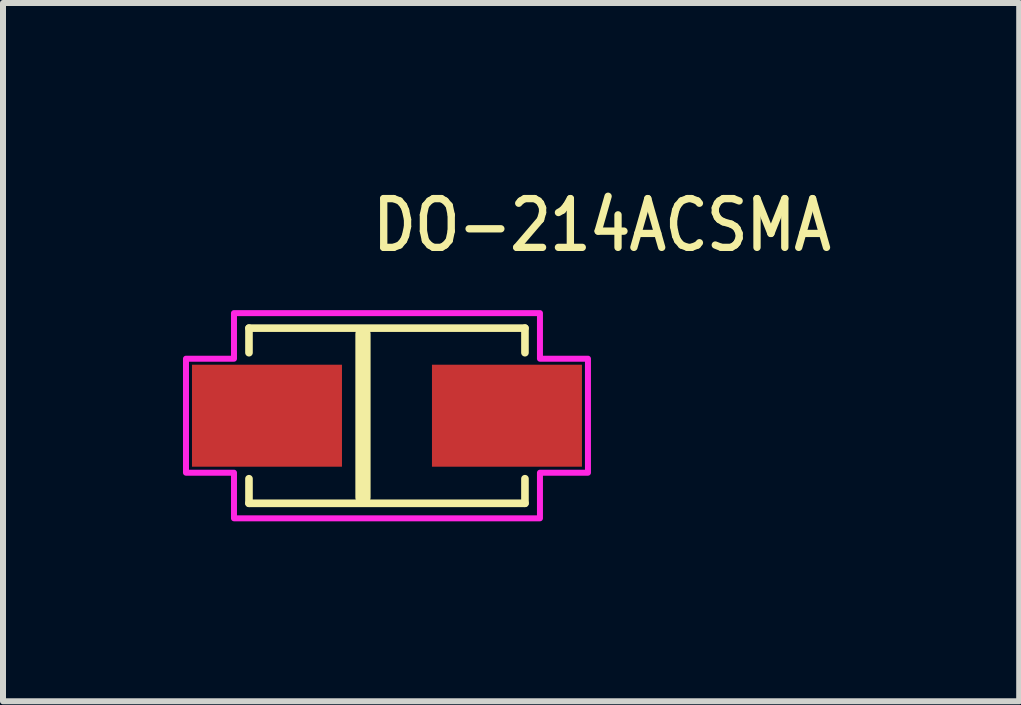
<source format=kicad_pcb>
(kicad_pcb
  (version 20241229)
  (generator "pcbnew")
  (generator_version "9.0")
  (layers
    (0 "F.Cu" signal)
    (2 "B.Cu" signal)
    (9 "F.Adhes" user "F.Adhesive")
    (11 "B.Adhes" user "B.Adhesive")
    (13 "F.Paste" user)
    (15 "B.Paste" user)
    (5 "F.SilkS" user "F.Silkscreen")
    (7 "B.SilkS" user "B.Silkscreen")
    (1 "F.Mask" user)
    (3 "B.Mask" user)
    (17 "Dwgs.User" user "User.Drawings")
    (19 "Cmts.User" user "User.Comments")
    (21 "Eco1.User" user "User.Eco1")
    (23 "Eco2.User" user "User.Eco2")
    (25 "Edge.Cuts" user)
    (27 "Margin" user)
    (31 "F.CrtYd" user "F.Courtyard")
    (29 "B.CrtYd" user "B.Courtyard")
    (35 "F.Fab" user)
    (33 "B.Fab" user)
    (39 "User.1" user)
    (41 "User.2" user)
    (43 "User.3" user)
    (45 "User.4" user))
  (footprint "DO-214ACSMA"
    (layer "F.Cu")
    (at 3.4 3.879)
    (property "Reference" "DO-214ACSMA" (at -0.3 -2.7 0) (unlocked yes) (layer "F.SilkS") (effects (font (size 0.813 0.695) (thickness 0.122)) (justify left bottom)))
    (fp_line (start -2.3 -1.46) (end -2.3 -1.05) (stroke (width 0.127) (type solid)) (layer "F.SilkS"))
    (fp_line (start -2.3 -1.46) (end 2.3 -1.46) (stroke (width 0.127) (type solid)) (layer "F.SilkS"))
    (fp_line (start -2.3 1.05) (end -2.3 1.46) (stroke (width 0.127) (type solid)) (layer "F.SilkS"))
    (fp_line (start -2.3 1.46) (end 2.3 1.46) (stroke (width 0.127) (type solid)) (layer "F.SilkS"))
    (fp_line (start -0.4 -1.36) (end -0.4 1.36) (stroke (width 0.254) (type solid)) (layer "F.SilkS"))
    (fp_line (start 2.3 -1.46) (end 2.3 -1.05) (stroke (width 0.127) (type solid)) (layer "F.SilkS"))
    (fp_line (start 2.3 1.46) (end 2.3 1.05) (stroke (width 0.127) (type solid)) (layer "F.SilkS"))
    (fp_poly (pts (xy -3.35 -0.95) (xy -2.55 -0.95) (xy -2.55 -1.71) (xy 2.55 -1.71) (xy 2.55 -0.95) (xy 3.35 -0.95) (xy 3.35 0.95) (xy 2.55 0.95) (xy 2.55 1.71) (xy -2.55 1.71) (xy -2.55 0.95) (xy -3.35 0.95)) (stroke (width 0.1) (type solid)) (fill no) (layer "F.CrtYd"))
    (pad "ANODE" smd rect (at 2 0) (size 2.5 1.7) (layers "F.Cu" "F.Mask" "F.Paste"))
    (pad "CATHODE" smd rect (at -2 0) (size 2.5 1.7) (layers "F.Cu" "F.Mask" "F.Paste")))
  (gr_rect
    (start -3 -3)
    (end 13.938 8.639)
    (stroke (width 0.1) (type default))
    (fill no)
    (layer "Edge.Cuts")))
</source>
